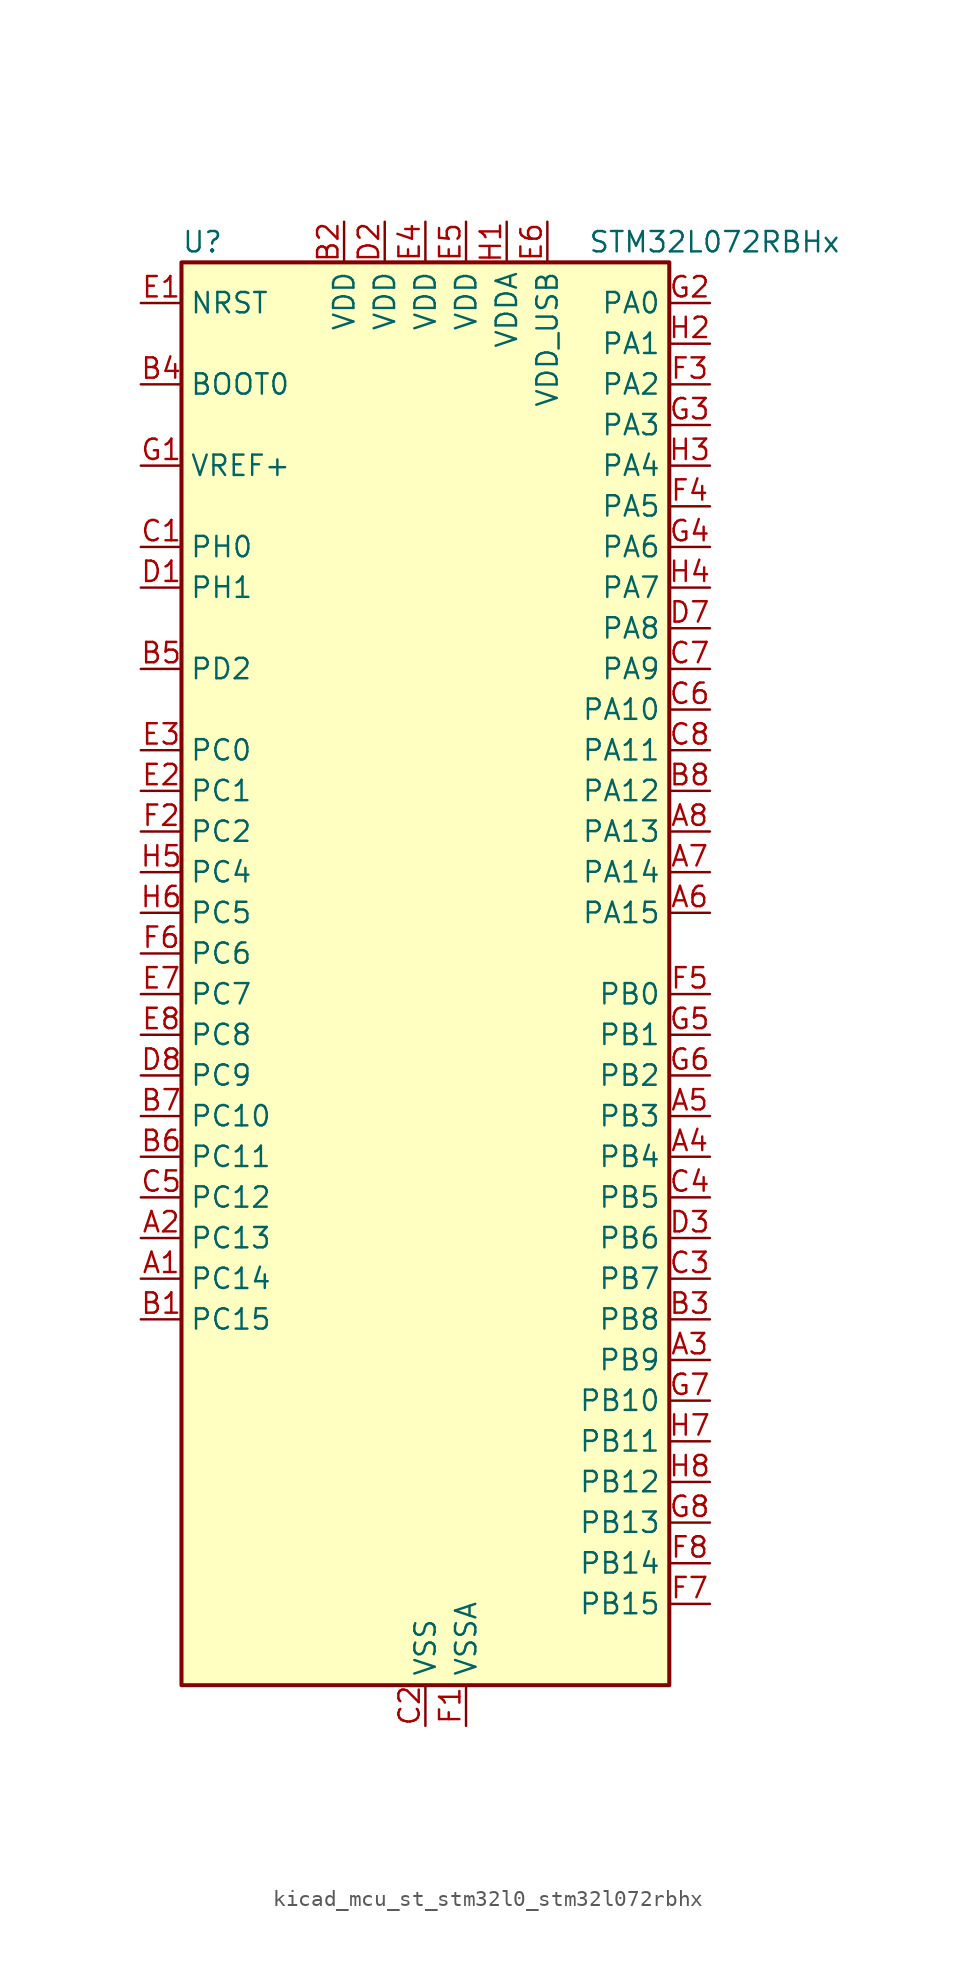
<source format=kicad_sym>
(kicad_symbol_lib
  (version 20220914)
  (generator kicad_symbol_editor)
  (symbol "kicad_mcu_st_stm32l0_stm32l072rbhx"
    (property "Reference" "U"
      (at -15.24 46.99 0)
      (effects (font (size 1.27 1.27)) (justify left)))
    (property "Value" "STM32L072RBHx"
      (at 10.16 46.99 0)
      (effects (font (size 1.27 1.27)) (justify left)))
    (property "ki_locked" ""
      (at 0 0 0)
      (effects (font (size 1.27 1.27))))
    (symbol "kicad_mcu_st_stm32l0_stm32l072rbhx_0_1"
      (rectangle (start -15.24 -43.18) (end 15.24 45.72) (stroke (width 0.254) (type default)) (fill (type background))))
    (symbol "kicad_mcu_st_stm32l0_stm32l072rbhx_1_1"
      (pin bidirectional line (at -17.78 -17.78 0) (length 2.54) (name "PC14" (effects (font (size 1.27 1.27)))) (number "A1" (effects (font (size 1.27 1.27)))) (alternate "RCC_OSC32_IN" bidirectional line))
      (pin bidirectional line (at -17.78 -15.24 0) (length 2.54) (name "PC13" (effects (font (size 1.27 1.27)))) (number "A2" (effects (font (size 1.27 1.27)))) (alternate "RTC_OUT_ALARM" bidirectional line) (alternate "RTC_OUT_CALIB" bidirectional line) (alternate "RTC_TAMP1" bidirectional line) (alternate "RTC_TS" bidirectional line) (alternate "SYS_WKUP2" bidirectional line))
      (pin bidirectional line (at 17.78 -22.86 180) (length 2.54) (name "PB9" (effects (font (size 1.27 1.27)))) (number "A3" (effects (font (size 1.27 1.27)))) (alternate "DAC_EXTI9" bidirectional line) (alternate "I2C1_SDA" bidirectional line) (alternate "I2S2_WS" bidirectional line) (alternate "SPI2_NSS" bidirectional line))
      (pin bidirectional line (at 17.78 -10.16 180) (length 2.54) (name "PB4" (effects (font (size 1.27 1.27)))) (number "A4" (effects (font (size 1.27 1.27)))) (alternate "COMP2_INP" bidirectional line) (alternate "I2C3_SDA" bidirectional line) (alternate "SPI1_MISO" bidirectional line) (alternate "TIM22_CH1" bidirectional line) (alternate "TIM3_CH1" bidirectional line) (alternate "TSC_G5_IO2" bidirectional line) (alternate "USART1_CTS" bidirectional line) (alternate "USART5_RX" bidirectional line))
      (pin bidirectional line (at 17.78 -7.62 180) (length 2.54) (name "PB3" (effects (font (size 1.27 1.27)))) (number "A5" (effects (font (size 1.27 1.27)))) (alternate "COMP2_INM" bidirectional line) (alternate "SPI1_SCK" bidirectional line) (alternate "TIM2_CH2" bidirectional line) (alternate "TSC_G5_IO1" bidirectional line) (alternate "USART1_DE" bidirectional line) (alternate "USART1_RTS" bidirectional line) (alternate "USART5_TX" bidirectional line))
      (pin bidirectional line (at 17.78 5.08 180) (length 2.54) (name "PA15" (effects (font (size 1.27 1.27)))) (number "A6" (effects (font (size 1.27 1.27)))) (alternate "SPI1_NSS" bidirectional line) (alternate "TIM2_CH1" bidirectional line) (alternate "TIM2_ETR" bidirectional line) (alternate "USART2_RX" bidirectional line) (alternate "USART4_DE" bidirectional line) (alternate "USART4_RTS" bidirectional line))
      (pin bidirectional line (at 17.78 7.62 180) (length 2.54) (name "PA14" (effects (font (size 1.27 1.27)))) (number "A7" (effects (font (size 1.27 1.27)))) (alternate "LPUART1_TX" bidirectional line) (alternate "SYS_SWCLK" bidirectional line) (alternate "USART2_TX" bidirectional line))
      (pin bidirectional line (at 17.78 10.16 180) (length 2.54) (name "PA13" (effects (font (size 1.27 1.27)))) (number "A8" (effects (font (size 1.27 1.27)))) (alternate "LPUART1_RX" bidirectional line) (alternate "SYS_SWDIO" bidirectional line) (alternate "USB_NOE" bidirectional line))
      (pin bidirectional line (at -17.78 -20.32 0) (length 2.54) (name "PC15" (effects (font (size 1.27 1.27)))) (number "B1" (effects (font (size 1.27 1.27)))) (alternate "RCC_OSC32_OUT" bidirectional line))
      (pin power_in line (at -5.08 48.26 270) (length 2.54) (name "VDD" (effects (font (size 1.27 1.27)))) (number "B2" (effects (font (size 1.27 1.27)))))
      (pin bidirectional line (at 17.78 -20.32 180) (length 2.54) (name "PB8" (effects (font (size 1.27 1.27)))) (number "B3" (effects (font (size 1.27 1.27)))) (alternate "I2C1_SCL" bidirectional line) (alternate "TSC_SYNC" bidirectional line))
      (pin input line (at -17.78 38.1 0) (length 2.54) (name "BOOT0" (effects (font (size 1.27 1.27)))) (number "B4" (effects (font (size 1.27 1.27)))))
      (pin bidirectional line (at -17.78 20.32 0) (length 2.54) (name "PD2" (effects (font (size 1.27 1.27)))) (number "B5" (effects (font (size 1.27 1.27)))) (alternate "LPUART1_DE" bidirectional line) (alternate "LPUART1_RTS" bidirectional line) (alternate "TIM3_ETR" bidirectional line) (alternate "USART5_RX" bidirectional line))
      (pin bidirectional line (at -17.78 -10.16 0) (length 2.54) (name "PC11" (effects (font (size 1.27 1.27)))) (number "B6" (effects (font (size 1.27 1.27)))) (alternate "ADC_EXTI11" bidirectional line) (alternate "LPUART1_RX" bidirectional line) (alternate "USART4_RX" bidirectional line))
      (pin bidirectional line (at -17.78 -7.62 0) (length 2.54) (name "PC10" (effects (font (size 1.27 1.27)))) (number "B7" (effects (font (size 1.27 1.27)))) (alternate "LPUART1_TX" bidirectional line) (alternate "USART4_TX" bidirectional line))
      (pin bidirectional line (at 17.78 12.7 180) (length 2.54) (name "PA12" (effects (font (size 1.27 1.27)))) (number "B8" (effects (font (size 1.27 1.27)))) (alternate "COMP2_OUT" bidirectional line) (alternate "SPI1_MOSI" bidirectional line) (alternate "TSC_G4_IO4" bidirectional line) (alternate "USART1_DE" bidirectional line) (alternate "USART1_RTS" bidirectional line) (alternate "USB_DP" bidirectional line))
      (pin bidirectional line (at -17.78 27.94 0) (length 2.54) (name "PH0" (effects (font (size 1.27 1.27)))) (number "C1" (effects (font (size 1.27 1.27)))) (alternate "CRS_SYNC" bidirectional line) (alternate "RCC_OSC_IN" bidirectional line))
      (pin power_in line (at 0 -45.72 90) (length 2.54) (name "VSS" (effects (font (size 1.27 1.27)))) (number "C2" (effects (font (size 1.27 1.27)))))
      (pin bidirectional line (at 17.78 -17.78 180) (length 2.54) (name "PB7" (effects (font (size 1.27 1.27)))) (number "C3" (effects (font (size 1.27 1.27)))) (alternate "COMP2_INP" bidirectional line) (alternate "I2C1_SDA" bidirectional line) (alternate "LPTIM1_IN2" bidirectional line) (alternate "SYS_PVD_IN" bidirectional line) (alternate "TSC_G5_IO4" bidirectional line) (alternate "USART1_RX" bidirectional line) (alternate "USART4_CTS" bidirectional line))
      (pin bidirectional line (at 17.78 -12.7 180) (length 2.54) (name "PB5" (effects (font (size 1.27 1.27)))) (number "C4" (effects (font (size 1.27 1.27)))) (alternate "COMP2_INP" bidirectional line) (alternate "I2C1_SMBA" bidirectional line) (alternate "LPTIM1_IN1" bidirectional line) (alternate "SPI1_MOSI" bidirectional line) (alternate "TIM22_CH2" bidirectional line) (alternate "TIM3_CH2" bidirectional line) (alternate "USART1_CK" bidirectional line) (alternate "USART5_CK" bidirectional line) (alternate "USART5_DE" bidirectional line) (alternate "USART5_RTS" bidirectional line))
      (pin bidirectional line (at -17.78 -12.7 0) (length 2.54) (name "PC12" (effects (font (size 1.27 1.27)))) (number "C5" (effects (font (size 1.27 1.27)))) (alternate "USART4_CK" bidirectional line) (alternate "USART5_TX" bidirectional line))
      (pin bidirectional line (at 17.78 17.78 180) (length 2.54) (name "PA10" (effects (font (size 1.27 1.27)))) (number "C6" (effects (font (size 1.27 1.27)))) (alternate "I2C1_SDA" bidirectional line) (alternate "TSC_G4_IO2" bidirectional line) (alternate "USART1_RX" bidirectional line))
      (pin bidirectional line (at 17.78 20.32 180) (length 2.54) (name "PA9" (effects (font (size 1.27 1.27)))) (number "C7" (effects (font (size 1.27 1.27)))) (alternate "DAC_EXTI9" bidirectional line) (alternate "I2C1_SCL" bidirectional line) (alternate "I2C3_SMBA" bidirectional line) (alternate "RCC_MCO" bidirectional line) (alternate "TSC_G4_IO1" bidirectional line) (alternate "USART1_TX" bidirectional line))
      (pin bidirectional line (at 17.78 15.24 180) (length 2.54) (name "PA11" (effects (font (size 1.27 1.27)))) (number "C8" (effects (font (size 1.27 1.27)))) (alternate "ADC_EXTI11" bidirectional line) (alternate "COMP1_OUT" bidirectional line) (alternate "SPI1_MISO" bidirectional line) (alternate "TSC_G4_IO3" bidirectional line) (alternate "USART1_CTS" bidirectional line) (alternate "USB_DM" bidirectional line))
      (pin bidirectional line (at -17.78 25.4 0) (length 2.54) (name "PH1" (effects (font (size 1.27 1.27)))) (number "D1" (effects (font (size 1.27 1.27)))) (alternate "RCC_OSC_OUT" bidirectional line))
      (pin power_in line (at -2.54 48.26 270) (length 2.54) (name "VDD" (effects (font (size 1.27 1.27)))) (number "D2" (effects (font (size 1.27 1.27)))))
      (pin bidirectional line (at 17.78 -15.24 180) (length 2.54) (name "PB6" (effects (font (size 1.27 1.27)))) (number "D3" (effects (font (size 1.27 1.27)))) (alternate "COMP2_INP" bidirectional line) (alternate "I2C1_SCL" bidirectional line) (alternate "LPTIM1_ETR" bidirectional line) (alternate "TSC_G5_IO3" bidirectional line) (alternate "USART1_TX" bidirectional line))
      (pin passive line (at 0 -45.72 90) (length 2.54) hide (name "VSS" (effects (font (size 1.27 1.27)))) (number "D4" (effects (font (size 1.27 1.27)))))
      (pin passive line (at 0 -45.72 90) (length 2.54) hide (name "VSS" (effects (font (size 1.27 1.27)))) (number "D5" (effects (font (size 1.27 1.27)))))
      (pin passive line (at 0 -45.72 90) (length 2.54) hide (name "VSS" (effects (font (size 1.27 1.27)))) (number "D6" (effects (font (size 1.27 1.27)))))
      (pin bidirectional line (at 17.78 22.86 180) (length 2.54) (name "PA8" (effects (font (size 1.27 1.27)))) (number "D7" (effects (font (size 1.27 1.27)))) (alternate "CRS_SYNC" bidirectional line) (alternate "I2C3_SCL" bidirectional line) (alternate "RCC_MCO" bidirectional line) (alternate "USART1_CK" bidirectional line))
      (pin bidirectional line (at -17.78 -5.08 0) (length 2.54) (name "PC9" (effects (font (size 1.27 1.27)))) (number "D8" (effects (font (size 1.27 1.27)))) (alternate "DAC_EXTI9" bidirectional line) (alternate "I2C3_SDA" bidirectional line) (alternate "TIM21_ETR" bidirectional line) (alternate "TIM3_CH4" bidirectional line) (alternate "TSC_G8_IO4" bidirectional line) (alternate "USB_NOE" bidirectional line))
      (pin input line (at -17.78 43.18 0) (length 2.54) (name "NRST" (effects (font (size 1.27 1.27)))) (number "E1" (effects (font (size 1.27 1.27)))))
      (pin bidirectional line (at -17.78 12.7 0) (length 2.54) (name "PC1" (effects (font (size 1.27 1.27)))) (number "E2" (effects (font (size 1.27 1.27)))) (alternate "ADC_IN11" bidirectional line) (alternate "I2C3_SDA" bidirectional line) (alternate "LPTIM1_OUT" bidirectional line) (alternate "LPUART1_TX" bidirectional line) (alternate "TSC_G7_IO2" bidirectional line))
      (pin bidirectional line (at -17.78 15.24 0) (length 2.54) (name "PC0" (effects (font (size 1.27 1.27)))) (number "E3" (effects (font (size 1.27 1.27)))) (alternate "ADC_IN10" bidirectional line) (alternate "I2C3_SCL" bidirectional line) (alternate "LPTIM1_IN1" bidirectional line) (alternate "LPUART1_RX" bidirectional line) (alternate "TSC_G7_IO1" bidirectional line))
      (pin power_in line (at 0 48.26 270) (length 2.54) (name "VDD" (effects (font (size 1.27 1.27)))) (number "E4" (effects (font (size 1.27 1.27)))))
      (pin power_in line (at 2.54 48.26 270) (length 2.54) (name "VDD" (effects (font (size 1.27 1.27)))) (number "E5" (effects (font (size 1.27 1.27)))))
      (pin power_in line (at 7.62 48.26 270) (length 2.54) (name "VDD_USB" (effects (font (size 1.27 1.27)))) (number "E6" (effects (font (size 1.27 1.27)))))
      (pin bidirectional line (at -17.78 0 0) (length 2.54) (name "PC7" (effects (font (size 1.27 1.27)))) (number "E7" (effects (font (size 1.27 1.27)))) (alternate "TIM22_CH2" bidirectional line) (alternate "TIM3_CH2" bidirectional line) (alternate "TSC_G8_IO2" bidirectional line))
      (pin bidirectional line (at -17.78 -2.54 0) (length 2.54) (name "PC8" (effects (font (size 1.27 1.27)))) (number "E8" (effects (font (size 1.27 1.27)))) (alternate "TIM22_ETR" bidirectional line) (alternate "TIM3_CH3" bidirectional line) (alternate "TSC_G8_IO3" bidirectional line))
      (pin power_in line (at 2.54 -45.72 90) (length 2.54) (name "VSSA" (effects (font (size 1.27 1.27)))) (number "F1" (effects (font (size 1.27 1.27)))))
      (pin bidirectional line (at -17.78 10.16 0) (length 2.54) (name "PC2" (effects (font (size 1.27 1.27)))) (number "F2" (effects (font (size 1.27 1.27)))) (alternate "ADC_IN12" bidirectional line) (alternate "I2S2_MCK" bidirectional line) (alternate "LPTIM1_IN2" bidirectional line) (alternate "SPI2_MISO" bidirectional line) (alternate "TSC_G7_IO3" bidirectional line))
      (pin bidirectional line (at 17.78 38.1 180) (length 2.54) (name "PA2" (effects (font (size 1.27 1.27)))) (number "F3" (effects (font (size 1.27 1.27)))) (alternate "ADC_IN2" bidirectional line) (alternate "COMP2_INM" bidirectional line) (alternate "COMP2_OUT" bidirectional line) (alternate "LPUART1_TX" bidirectional line) (alternate "TIM21_CH1" bidirectional line) (alternate "TIM2_CH3" bidirectional line) (alternate "TSC_G1_IO3" bidirectional line) (alternate "USART2_TX" bidirectional line))
      (pin bidirectional line (at 17.78 30.48 180) (length 2.54) (name "PA5" (effects (font (size 1.27 1.27)))) (number "F4" (effects (font (size 1.27 1.27)))) (alternate "ADC_IN5" bidirectional line) (alternate "COMP1_INM" bidirectional line) (alternate "COMP2_INM" bidirectional line) (alternate "DAC_OUT2" bidirectional line) (alternate "SPI1_SCK" bidirectional line) (alternate "TIM2_CH1" bidirectional line) (alternate "TIM2_ETR" bidirectional line) (alternate "TSC_G2_IO2" bidirectional line))
      (pin bidirectional line (at 17.78 0 180) (length 2.54) (name "PB0" (effects (font (size 1.27 1.27)))) (number "F5" (effects (font (size 1.27 1.27)))) (alternate "ADC_IN8" bidirectional line) (alternate "SYS_VREF_OUT_PB0" bidirectional line) (alternate "TIM3_CH3" bidirectional line) (alternate "TSC_G3_IO2" bidirectional line))
      (pin bidirectional line (at -17.78 2.54 0) (length 2.54) (name "PC6" (effects (font (size 1.27 1.27)))) (number "F6" (effects (font (size 1.27 1.27)))) (alternate "TIM22_CH1" bidirectional line) (alternate "TIM3_CH1" bidirectional line) (alternate "TSC_G8_IO1" bidirectional line))
      (pin bidirectional line (at 17.78 -38.1 180) (length 2.54) (name "PB15" (effects (font (size 1.27 1.27)))) (number "F7" (effects (font (size 1.27 1.27)))) (alternate "I2S2_SD" bidirectional line) (alternate "RTC_REFIN" bidirectional line) (alternate "SPI2_MOSI" bidirectional line))
      (pin bidirectional line (at 17.78 -35.56 180) (length 2.54) (name "PB14" (effects (font (size 1.27 1.27)))) (number "F8" (effects (font (size 1.27 1.27)))) (alternate "I2C2_SDA" bidirectional line) (alternate "I2S2_MCK" bidirectional line) (alternate "LPUART1_DE" bidirectional line) (alternate "LPUART1_RTS" bidirectional line) (alternate "RTC_OUT_ALARM" bidirectional line) (alternate "RTC_OUT_CALIB" bidirectional line) (alternate "SPI2_MISO" bidirectional line) (alternate "TIM21_CH2" bidirectional line) (alternate "TSC_G6_IO4" bidirectional line))
      (pin input line (at -17.78 33.02 0) (length 2.54) (name "VREF+" (effects (font (size 1.27 1.27)))) (number "G1" (effects (font (size 1.27 1.27)))))
      (pin bidirectional line (at 17.78 43.18 180) (length 2.54) (name "PA0" (effects (font (size 1.27 1.27)))) (number "G2" (effects (font (size 1.27 1.27)))) (alternate "ADC_IN0" bidirectional line) (alternate "COMP1_INM" bidirectional line) (alternate "COMP1_OUT" bidirectional line) (alternate "RTC_TAMP2" bidirectional line) (alternate "SYS_WKUP1" bidirectional line) (alternate "TIM2_CH1" bidirectional line) (alternate "TIM2_ETR" bidirectional line) (alternate "TSC_G1_IO1" bidirectional line) (alternate "USART2_CTS" bidirectional line) (alternate "USART4_TX" bidirectional line))
      (pin bidirectional line (at 17.78 35.56 180) (length 2.54) (name "PA3" (effects (font (size 1.27 1.27)))) (number "G3" (effects (font (size 1.27 1.27)))) (alternate "ADC_IN3" bidirectional line) (alternate "COMP2_INP" bidirectional line) (alternate "LPUART1_RX" bidirectional line) (alternate "TIM21_CH2" bidirectional line) (alternate "TIM2_CH4" bidirectional line) (alternate "TSC_G1_IO4" bidirectional line) (alternate "USART2_RX" bidirectional line))
      (pin bidirectional line (at 17.78 27.94 180) (length 2.54) (name "PA6" (effects (font (size 1.27 1.27)))) (number "G4" (effects (font (size 1.27 1.27)))) (alternate "ADC_IN6" bidirectional line) (alternate "COMP1_OUT" bidirectional line) (alternate "LPUART1_CTS" bidirectional line) (alternate "SPI1_MISO" bidirectional line) (alternate "TIM22_CH1" bidirectional line) (alternate "TIM3_CH1" bidirectional line) (alternate "TSC_G2_IO3" bidirectional line))
      (pin bidirectional line (at 17.78 -2.54 180) (length 2.54) (name "PB1" (effects (font (size 1.27 1.27)))) (number "G5" (effects (font (size 1.27 1.27)))) (alternate "ADC_IN9" bidirectional line) (alternate "LPUART1_DE" bidirectional line) (alternate "LPUART1_RTS" bidirectional line) (alternate "SYS_VREF_OUT_PB1" bidirectional line) (alternate "TIM3_CH4" bidirectional line) (alternate "TSC_G3_IO3" bidirectional line))
      (pin bidirectional line (at 17.78 -5.08 180) (length 2.54) (name "PB2" (effects (font (size 1.27 1.27)))) (number "G6" (effects (font (size 1.27 1.27)))) (alternate "I2C3_SMBA" bidirectional line) (alternate "LPTIM1_OUT" bidirectional line) (alternate "TSC_G3_IO4" bidirectional line))
      (pin bidirectional line (at 17.78 -25.4 180) (length 2.54) (name "PB10" (effects (font (size 1.27 1.27)))) (number "G7" (effects (font (size 1.27 1.27)))) (alternate "I2C2_SCL" bidirectional line) (alternate "LPUART1_RX" bidirectional line) (alternate "LPUART1_TX" bidirectional line) (alternate "SPI2_SCK" bidirectional line) (alternate "TIM2_CH3" bidirectional line) (alternate "TSC_SYNC" bidirectional line))
      (pin bidirectional line (at 17.78 -33.02 180) (length 2.54) (name "PB13" (effects (font (size 1.27 1.27)))) (number "G8" (effects (font (size 1.27 1.27)))) (alternate "I2C2_SCL" bidirectional line) (alternate "I2S2_CK" bidirectional line) (alternate "LPUART1_CTS" bidirectional line) (alternate "RCC_MCO" bidirectional line) (alternate "SPI2_SCK" bidirectional line) (alternate "TIM21_CH1" bidirectional line) (alternate "TSC_G6_IO3" bidirectional line))
      (pin power_in line (at 5.08 48.26 270) (length 2.54) (name "VDDA" (effects (font (size 1.27 1.27)))) (number "H1" (effects (font (size 1.27 1.27)))))
      (pin bidirectional line (at 17.78 40.64 180) (length 2.54) (name "PA1" (effects (font (size 1.27 1.27)))) (number "H2" (effects (font (size 1.27 1.27)))) (alternate "ADC_IN1" bidirectional line) (alternate "COMP1_INP" bidirectional line) (alternate "TIM21_ETR" bidirectional line) (alternate "TIM2_CH2" bidirectional line) (alternate "TSC_G1_IO2" bidirectional line) (alternate "USART2_DE" bidirectional line) (alternate "USART2_RTS" bidirectional line) (alternate "USART4_RX" bidirectional line))
      (pin bidirectional line (at 17.78 33.02 180) (length 2.54) (name "PA4" (effects (font (size 1.27 1.27)))) (number "H3" (effects (font (size 1.27 1.27)))) (alternate "ADC_IN4" bidirectional line) (alternate "COMP1_INM" bidirectional line) (alternate "COMP2_INM" bidirectional line) (alternate "DAC_OUT1" bidirectional line) (alternate "SPI1_NSS" bidirectional line) (alternate "TIM22_ETR" bidirectional line) (alternate "TSC_G2_IO1" bidirectional line) (alternate "USART2_CK" bidirectional line))
      (pin bidirectional line (at 17.78 25.4 180) (length 2.54) (name "PA7" (effects (font (size 1.27 1.27)))) (number "H4" (effects (font (size 1.27 1.27)))) (alternate "ADC_IN7" bidirectional line) (alternate "COMP2_OUT" bidirectional line) (alternate "SPI1_MOSI" bidirectional line) (alternate "TIM22_CH2" bidirectional line) (alternate "TIM3_CH2" bidirectional line) (alternate "TSC_G2_IO4" bidirectional line))
      (pin bidirectional line (at -17.78 7.62 0) (length 2.54) (name "PC4" (effects (font (size 1.27 1.27)))) (number "H5" (effects (font (size 1.27 1.27)))) (alternate "ADC_IN14" bidirectional line) (alternate "LPUART1_TX" bidirectional line))
      (pin bidirectional line (at -17.78 5.08 0) (length 2.54) (name "PC5" (effects (font (size 1.27 1.27)))) (number "H6" (effects (font (size 1.27 1.27)))) (alternate "ADC_IN15" bidirectional line) (alternate "LPUART1_RX" bidirectional line) (alternate "TSC_G3_IO1" bidirectional line))
      (pin bidirectional line (at 17.78 -27.94 180) (length 2.54) (name "PB11" (effects (font (size 1.27 1.27)))) (number "H7" (effects (font (size 1.27 1.27)))) (alternate "ADC_EXTI11" bidirectional line) (alternate "I2C2_SDA" bidirectional line) (alternate "LPUART1_RX" bidirectional line) (alternate "LPUART1_TX" bidirectional line) (alternate "TIM2_CH4" bidirectional line) (alternate "TSC_G6_IO1" bidirectional line))
      (pin bidirectional line (at 17.78 -30.48 180) (length 2.54) (name "PB12" (effects (font (size 1.27 1.27)))) (number "H8" (effects (font (size 1.27 1.27)))) (alternate "I2S2_WS" bidirectional line) (alternate "LPUART1_DE" bidirectional line) (alternate "LPUART1_RTS" bidirectional line) (alternate "SPI2_NSS" bidirectional line) (alternate "TSC_G6_IO2" bidirectional line)))))
</source>
